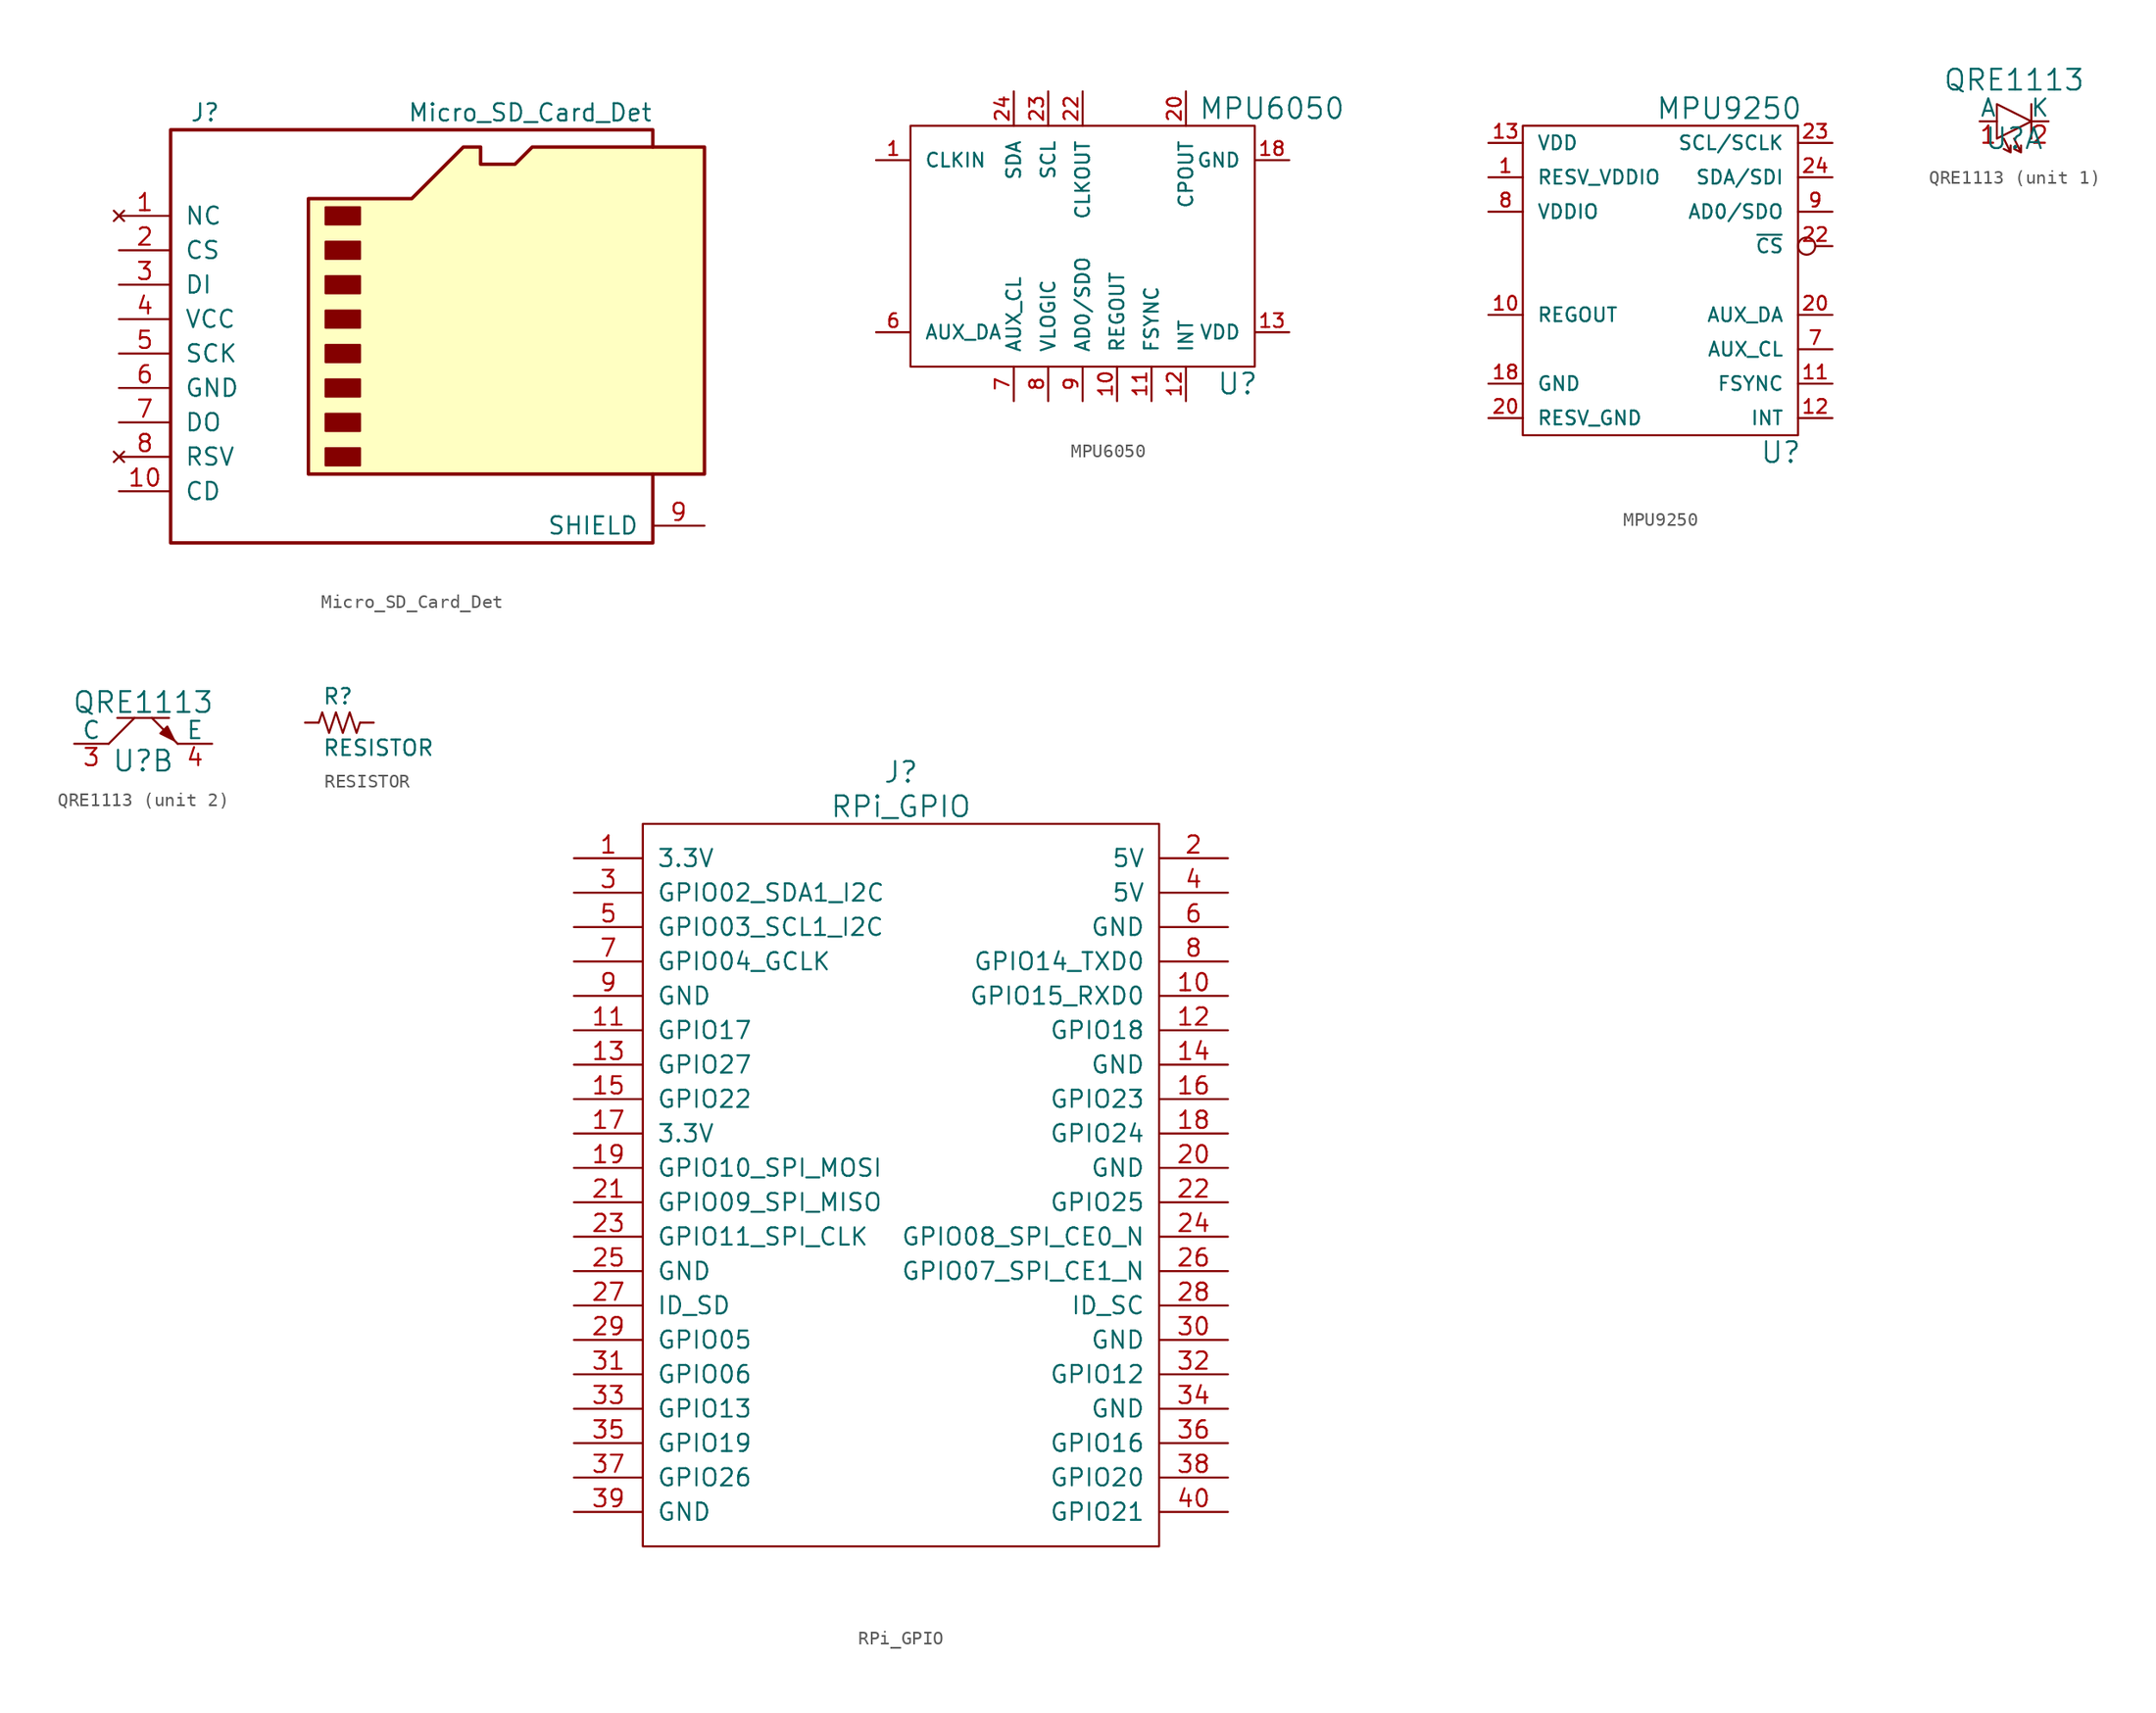
<source format=kicad_sym>
(kicad_symbol_lib
  (version 20211014)
  (generator kicad_symbol_editor)
  (symbol "Micro_SD_Card_Det"
    (pin_names
      (offset 1.016))
    (property "Reference" "J"
      (at -16.51 17.78 0)
      (effects (font (size 1.27 1.27))))
    (property "Value" "Micro_SD_Card_Det"
      (at 16.51 17.78 0)
      (effects (font (size 1.27 1.27)) (justify right)))
    (symbol "Micro_SD_Card_Det_0_1"
      (rectangle (start -7.62 -6.985) (end -5.08 -8.255) (stroke (width 0) (type default) (color 0 0 0 0)) (fill (type outline)))
      (rectangle (start -7.62 -4.445) (end -5.08 -5.715) (stroke (width 0) (type default) (color 0 0 0 0)) (fill (type outline)))
      (rectangle (start -7.62 -1.905) (end -5.08 -3.175) (stroke (width 0) (type default) (color 0 0 0 0)) (fill (type outline)))
      (rectangle (start -7.62 0.635) (end -5.08 -0.635) (stroke (width 0) (type default) (color 0 0 0 0)) (fill (type outline)))
      (rectangle (start -7.62 3.175) (end -5.08 1.905) (stroke (width 0) (type default) (color 0 0 0 0)) (fill (type outline)))
      (rectangle (start -7.62 5.715) (end -5.08 4.445) (stroke (width 0) (type default) (color 0 0 0 0)) (fill (type outline)))
      (rectangle (start -7.62 8.255) (end -5.08 6.985) (stroke (width 0) (type default) (color 0 0 0 0)) (fill (type outline)))
      (rectangle (start -7.62 10.795) (end -5.08 9.525) (stroke (width 0) (type default) (color 0 0 0 0)) (fill (type outline)))
      (polyline (pts (xy 16.51 15.24) (xy 16.51 16.51) (xy -19.05 16.51) (xy -19.05 -13.97) (xy 16.51 -13.97) (xy 16.51 -8.89)) (stroke (width 0.254) (type default) (color 0 0 0 0)) (fill (type none)))
      (polyline (pts (xy -8.89 -8.89) (xy -8.89 11.43) (xy -1.27 11.43) (xy 2.54 15.24) (xy 3.81 15.24) (xy 3.81 13.97) (xy 6.35 13.97) (xy 7.62 15.24) (xy 20.32 15.24) (xy 20.32 -8.89) (xy -8.89 -8.89)) (stroke (width 0.254) (type default) (color 0 0 0 0)) (fill (type background))))
    (symbol "Micro_SD_Card_Det_1_1"
      (pin no_connect line (at -22.86 10.16 0) (length 3.81) (name "NC" (effects (font (size 1.27 1.27)))) (number "1" (effects (font (size 1.27 1.27)))))
      (pin passive line (at -22.86 -10.16 0) (length 3.81) (name "CD" (effects (font (size 1.27 1.27)))) (number "10" (effects (font (size 1.27 1.27)))))
      (pin input line (at -22.86 7.62 0) (length 3.81) (name "CS" (effects (font (size 1.27 1.27)))) (number "2" (effects (font (size 1.27 1.27)))))
      (pin input line (at -22.86 5.08 0) (length 3.81) (name "DI" (effects (font (size 1.27 1.27)))) (number "3" (effects (font (size 1.27 1.27)))))
      (pin power_in line (at -22.86 2.54 0) (length 3.81) (name "VCC" (effects (font (size 1.27 1.27)))) (number "4" (effects (font (size 1.27 1.27)))))
      (pin input line (at -22.86 0 0) (length 3.81) (name "SCK" (effects (font (size 1.27 1.27)))) (number "5" (effects (font (size 1.27 1.27)))))
      (pin power_in line (at -22.86 -2.54 0) (length 3.81) (name "GND" (effects (font (size 1.27 1.27)))) (number "6" (effects (font (size 1.27 1.27)))))
      (pin output line (at -22.86 -5.08 0) (length 3.81) (name "DO" (effects (font (size 1.27 1.27)))) (number "7" (effects (font (size 1.27 1.27)))))
      (pin no_connect line (at -22.86 -7.62 0) (length 3.81) (name "RSV" (effects (font (size 1.27 1.27)))) (number "8" (effects (font (size 1.27 1.27)))))
      (pin passive line (at 20.32 -12.7 180) (length 3.81) (name "SHIELD" (effects (font (size 1.27 1.27)))) (number "9" (effects (font (size 1.27 1.27)))))))
  (symbol "MPU6050"
    (pin_names
      (offset 1.016))
    (property "Reference" "U"
      (at 13.97 -3.81 0)
      (effects (font (size 1.524 1.524))))
    (property "Value" "MPU6050"
      (at 16.51 16.51 0)
      (effects (font (size 1.524 1.524))))
    (symbol "MPU6050_0_1"
      (rectangle (start -10.16 15.24) (end 15.24 -2.54) (stroke (width 0) (type default) (color 0 0 0 0)) (fill (type none))))
    (symbol "MPU6050_1_1"
      (pin input line (at -12.7 12.7 0) (length 2.54) (name "CLKIN" (effects (font (size 1.016 1.016)))) (number "1" (effects (font (size 1.016 1.016)))))
      (pin passive line (at 5.08 -5.08 90) (length 2.54) (name "REGOUT" (effects (font (size 1.016 1.016)))) (number "10" (effects (font (size 1.016 1.016)))))
      (pin input line (at 7.62 -5.08 90) (length 2.54) (name "FSYNC" (effects (font (size 1.016 1.016)))) (number "11" (effects (font (size 1.016 1.016)))))
      (pin output line (at 10.16 -5.08 90) (length 2.54) (name "INT" (effects (font (size 1.016 1.016)))) (number "12" (effects (font (size 1.016 1.016)))))
      (pin power_in line (at 17.78 0 180) (length 2.54) (name "VDD" (effects (font (size 1.016 1.016)))) (number "13" (effects (font (size 1.016 1.016)))))
      (pin power_in line (at 17.78 12.7 180) (length 2.54) (name "GND" (effects (font (size 1.016 1.016)))) (number "18" (effects (font (size 1.016 1.016)))))
      (pin passive line (at 10.16 17.78 270) (length 2.54) (name "CPOUT" (effects (font (size 1.016 1.016)))) (number "20" (effects (font (size 1.016 1.016)))))
      (pin bidirectional line (at 2.54 17.78 270) (length 2.54) (name "CLKOUT" (effects (font (size 1.016 1.016)))) (number "22" (effects (font (size 1.016 1.016)))))
      (pin bidirectional line (at 0 17.78 270) (length 2.54) (name "SCL" (effects (font (size 1.016 1.016)))) (number "23" (effects (font (size 1.016 1.016)))))
      (pin bidirectional line (at -2.54 17.78 270) (length 2.54) (name "SDA" (effects (font (size 1.016 1.016)))) (number "24" (effects (font (size 1.016 1.016)))))
      (pin bidirectional line (at -12.7 0 0) (length 2.54) (name "AUX_DA" (effects (font (size 1.016 1.016)))) (number "6" (effects (font (size 1.016 1.016)))))
      (pin power_in line (at -2.54 -5.08 90) (length 2.54) (name "AUX_CL" (effects (font (size 1.016 1.016)))) (number "7" (effects (font (size 1.016 1.016)))))
      (pin power_in line (at 0 -5.08 90) (length 2.54) (name "VLOGIC" (effects (font (size 1.016 1.016)))) (number "8" (effects (font (size 1.016 1.016)))))
      (pin input line (at 2.54 -5.08 90) (length 2.54) (name "AD0/SDO" (effects (font (size 1.016 1.016)))) (number "9" (effects (font (size 1.016 1.016)))))))
  (symbol "MPU9250"
    (pin_names
      (offset 1.016))
    (property "Reference" "U"
      (at 8.89 -12.7 0)
      (effects (font (size 1.524 1.524))))
    (property "Value" "MPU9250"
      (at 5.08 12.7 0)
      (effects (font (size 1.524 1.524))))
    (symbol "MPU9250_0_1"
      (rectangle (start -10.16 11.43) (end 10.16 -11.43) (stroke (width 0) (type default) (color 0 0 0 0)) (fill (type none))))
    (symbol "MPU9250_1_1"
      (pin power_in line (at -12.7 7.62 0) (length 2.54) (name "RESV_VDDIO" (effects (font (size 1.016 1.016)))) (number "1" (effects (font (size 1.016 1.016)))))
      (pin passive line (at -12.7 -2.54 0) (length 2.54) (name "REGOUT" (effects (font (size 1.016 1.016)))) (number "10" (effects (font (size 1.016 1.016)))))
      (pin input line (at 12.7 -7.62 180) (length 2.54) (name "FSYNC" (effects (font (size 1.016 1.016)))) (number "11" (effects (font (size 1.016 1.016)))))
      (pin output line (at 12.7 -10.16 180) (length 2.54) (name "INT" (effects (font (size 1.016 1.016)))) (number "12" (effects (font (size 1.016 1.016)))))
      (pin power_in line (at -12.7 10.16 0) (length 2.54) (name "VDD" (effects (font (size 1.016 1.016)))) (number "13" (effects (font (size 1.016 1.016)))))
      (pin power_in line (at -12.7 -7.62 0) (length 2.54) (name "GND" (effects (font (size 1.016 1.016)))) (number "18" (effects (font (size 1.016 1.016)))))
      (pin bidirectional line (at 12.7 -2.54 180) (length 2.54) (name "AUX_DA" (effects (font (size 1.016 1.016)))) (number "20" (effects (font (size 1.016 1.016)))))
      (pin power_in line (at -12.7 -10.16 0) (length 2.54) (name "RESV_GND" (effects (font (size 1.016 1.016)))) (number "20" (effects (font (size 1.016 1.016)))))
      (pin bidirectional inverted (at 12.7 2.54 180) (length 2.54) (name "~{CS}" (effects (font (size 1.016 1.016)))) (number "22" (effects (font (size 1.016 1.016)))))
      (pin bidirectional line (at 12.7 10.16 180) (length 2.54) (name "SCL/SCLK" (effects (font (size 1.016 1.016)))) (number "23" (effects (font (size 1.016 1.016)))))
      (pin bidirectional line (at 12.7 7.62 180) (length 2.54) (name "SDA/SDI" (effects (font (size 1.016 1.016)))) (number "24" (effects (font (size 1.016 1.016)))))
      (pin power_in line (at 12.7 -5.08 180) (length 2.54) (name "AUX_CL" (effects (font (size 1.016 1.016)))) (number "7" (effects (font (size 1.016 1.016)))))
      (pin power_in line (at -12.7 5.08 0) (length 2.54) (name "VDDIO" (effects (font (size 1.016 1.016)))) (number "8" (effects (font (size 1.016 1.016)))))
      (pin bidirectional line (at 12.7 5.08 180) (length 2.54) (name "AD0/SDO" (effects (font (size 1.016 1.016)))) (number "9" (effects (font (size 1.016 1.016)))))))
  (symbol "QRE1113"
    (pin_names
      (offset 0))
    (property "Reference" "U"
      (at 0 -1.27 0)
      (effects (font (size 1.524 1.524))))
    (property "Value" "QRE1113"
      (at 0 3.048 0)
      (effects (font (size 1.524 1.524))))
    (property "ki_locked" ""
      (at 0 0 0)
      (effects (font (size 1.27 1.27))))
    (symbol "QRE1113_1_1"
      (polyline (pts (xy 1.27 1.27) (xy 1.27 -1.27)) (stroke (width 0) (type default) (color 0 0 0 0)) (fill (type none)))
      (polyline (pts (xy -1.27 0) (xy -1.27 1.27) (xy 1.27 0) (xy -1.27 -1.27) (xy -1.27 0)) (stroke (width 0) (type default) (color 0 0 0 0)) (fill (type none)))
      (polyline (pts (xy -0.762 -1.27) (xy -0.254 -2.286) (xy -0.254 -1.778) (xy -0.254 -2.286) (xy -0.762 -2.032)) (stroke (width 0) (type default) (color 0 0 0 0)) (fill (type none)))
      (polyline (pts (xy 0 -1.27) (xy 0.508 -2.286) (xy 0.508 -1.778) (xy 0.508 -2.286) (xy 0 -2.032)) (stroke (width 0) (type default) (color 0 0 0 0)) (fill (type none)))
      (pin passive line (at -2.54 0 0) (length 1.27) (name "A" (effects (font (size 1.27 1.27)))) (number "1" (effects (font (size 1.27 1.27)))))
      (pin passive line (at 2.54 0 180) (length 1.27) (name "K" (effects (font (size 1.27 1.27)))) (number "2" (effects (font (size 1.27 1.27))))))
    (symbol "QRE1113_2_1"
      (polyline (pts (xy 0.635 1.905) (xy 2.54 0)) (stroke (width 0) (type default) (color 0 0 0 0)) (fill (type none)))
      (polyline (pts (xy -0.635 1.905) (xy -2.54 0) (xy -2.54 0)) (stroke (width 0) (type default) (color 0 0 0 0)) (fill (type none)))
      (polyline (pts (xy 1.905 1.905) (xy -1.905 1.905) (xy -1.905 1.905)) (stroke (width 0) (type default) (color 0 0 0 0)) (fill (type none)))
      (polyline (pts (xy 1.27 0.762) (xy 1.778 1.27) (xy 2.286 0.254) (xy 1.27 0.762) (xy 1.27 0.762)) (stroke (width 0) (type default) (color 0 0 0 0)) (fill (type outline)))
      (pin passive line (at -5.08 0 0) (length 2.54) (name "C" (effects (font (size 1.27 1.27)))) (number "3" (effects (font (size 1.27 1.27)))))
      (pin passive line (at 5.08 0 180) (length 2.54) (name "E" (effects (font (size 1.27 1.27)))) (number "4" (effects (font (size 1.27 1.27)))))))
  (symbol "RESISTOR"
    (pin_numbers hide)
    (pin_names
      (offset 1.016) hide)
    (property "Reference" "R"
      (at -1.27 1.27 0)
      (effects (font (size 1.143 1.143)) (justify left bottom)))
    (property "Value" "RESISTOR"
      (at -1.27 -2.54 0)
      (effects (font (size 1.143 1.143)) (justify left bottom)))
    (symbol "RESISTOR_0_1"
      (polyline (pts (xy 0 0) (xy -0.254 0.762) (xy -0.762 -0.762) (xy -1.27 0.762) (xy -1.524 0)) (stroke (width 0) (type default) (color 0 0 0 0)) (fill (type none)))
      (polyline (pts (xy 0 0) (xy 0.254 -0.762) (xy 0.762 0.762) (xy 1.27 -0.762) (xy 1.524 0)) (stroke (width 0) (type default) (color 0 0 0 0)) (fill (type none))))
    (symbol "RESISTOR_1_1"
      (pin passive line (at -2.54 0 0) (length 0.991) (name "1" (effects (font (size 1.016 1.016)))) (number "1" (effects (font (size 1.016 1.016)))))
      (pin passive line (at 2.54 0 180) (length 0.991) (name "2" (effects (font (size 1.016 1.016)))) (number "2" (effects (font (size 1.016 1.016)))))))
  (symbol "RPi_GPIO"
    (pin_names
      (offset 1.016))
    (property "Reference" "J"
      (at 19.05 6.35 0)
      (effects (font (size 1.524 1.524))))
    (property "Value" "RPi_GPIO"
      (at 19.05 3.81 0)
      (effects (font (size 1.524 1.524))))
    (property "Footprint" ""
      (at 0 0 0)
      (effects (font (size 1.524 1.524))))
    (property "Datasheet" ""
      (at 0 0 0)
      (effects (font (size 1.524 1.524))))
    (symbol "RPi_GPIO_0_1"
      (rectangle (start 0 2.54) (end 38.1 -50.8) (stroke (width 0) (type default) (color 0 0 0 0)) (fill (type none))))
    (symbol "RPi_GPIO_1_1"
      (pin power_out line (at -5.08 0 0) (length 5.08) (name "3.3V" (effects (font (size 1.27 1.27)))) (number "1" (effects (font (size 1.27 1.27)))))
      (pin bidirectional line (at 43.18 -10.16 180) (length 5.08) (name "GPIO15_RXD0" (effects (font (size 1.27 1.27)))) (number "10" (effects (font (size 1.27 1.27)))))
      (pin bidirectional line (at -5.08 -12.7 0) (length 5.08) (name "GPIO17" (effects (font (size 1.27 1.27)))) (number "11" (effects (font (size 1.27 1.27)))))
      (pin bidirectional line (at 43.18 -12.7 180) (length 5.08) (name "GPIO18" (effects (font (size 1.27 1.27)))) (number "12" (effects (font (size 1.27 1.27)))))
      (pin bidirectional line (at -5.08 -15.24 0) (length 5.08) (name "GPIO27" (effects (font (size 1.27 1.27)))) (number "13" (effects (font (size 1.27 1.27)))))
      (pin power_out line (at 43.18 -15.24 180) (length 5.08) (name "GND" (effects (font (size 1.27 1.27)))) (number "14" (effects (font (size 1.27 1.27)))))
      (pin bidirectional line (at -5.08 -17.78 0) (length 5.08) (name "GPIO22" (effects (font (size 1.27 1.27)))) (number "15" (effects (font (size 1.27 1.27)))))
      (pin bidirectional line (at 43.18 -17.78 180) (length 5.08) (name "GPIO23" (effects (font (size 1.27 1.27)))) (number "16" (effects (font (size 1.27 1.27)))))
      (pin power_out line (at -5.08 -20.32 0) (length 5.08) (name "3.3V" (effects (font (size 1.27 1.27)))) (number "17" (effects (font (size 1.27 1.27)))))
      (pin bidirectional line (at 43.18 -20.32 180) (length 5.08) (name "GPIO24" (effects (font (size 1.27 1.27)))) (number "18" (effects (font (size 1.27 1.27)))))
      (pin bidirectional line (at -5.08 -22.86 0) (length 5.08) (name "GPIO10_SPI_MOSI" (effects (font (size 1.27 1.27)))) (number "19" (effects (font (size 1.27 1.27)))))
      (pin power_out line (at 43.18 0 180) (length 5.08) (name "5V" (effects (font (size 1.27 1.27)))) (number "2" (effects (font (size 1.27 1.27)))))
      (pin power_out line (at 43.18 -22.86 180) (length 5.08) (name "GND" (effects (font (size 1.27 1.27)))) (number "20" (effects (font (size 1.27 1.27)))))
      (pin bidirectional line (at -5.08 -25.4 0) (length 5.08) (name "GPIO09_SPI_MISO" (effects (font (size 1.27 1.27)))) (number "21" (effects (font (size 1.27 1.27)))))
      (pin bidirectional line (at 43.18 -25.4 180) (length 5.08) (name "GPIO25" (effects (font (size 1.27 1.27)))) (number "22" (effects (font (size 1.27 1.27)))))
      (pin bidirectional line (at -5.08 -27.94 0) (length 5.08) (name "GPIO11_SPI_CLK" (effects (font (size 1.27 1.27)))) (number "23" (effects (font (size 1.27 1.27)))))
      (pin bidirectional line (at 43.18 -27.94 180) (length 5.08) (name "GPIO08_SPI_CE0_N" (effects (font (size 1.27 1.27)))) (number "24" (effects (font (size 1.27 1.27)))))
      (pin power_out line (at -5.08 -30.48 0) (length 5.08) (name "GND" (effects (font (size 1.27 1.27)))) (number "25" (effects (font (size 1.27 1.27)))))
      (pin bidirectional line (at 43.18 -30.48 180) (length 5.08) (name "GPIO07_SPI_CE1_N" (effects (font (size 1.27 1.27)))) (number "26" (effects (font (size 1.27 1.27)))))
      (pin bidirectional line (at -5.08 -33.02 0) (length 5.08) (name "ID_SD" (effects (font (size 1.27 1.27)))) (number "27" (effects (font (size 1.27 1.27)))))
      (pin bidirectional line (at 43.18 -33.02 180) (length 5.08) (name "ID_SC" (effects (font (size 1.27 1.27)))) (number "28" (effects (font (size 1.27 1.27)))))
      (pin bidirectional line (at -5.08 -35.56 0) (length 5.08) (name "GPIO05" (effects (font (size 1.27 1.27)))) (number "29" (effects (font (size 1.27 1.27)))))
      (pin bidirectional line (at -5.08 -2.54 0) (length 5.08) (name "GPIO02_SDA1_I2C" (effects (font (size 1.27 1.27)))) (number "3" (effects (font (size 1.27 1.27)))))
      (pin power_out line (at 43.18 -35.56 180) (length 5.08) (name "GND" (effects (font (size 1.27 1.27)))) (number "30" (effects (font (size 1.27 1.27)))))
      (pin bidirectional line (at -5.08 -38.1 0) (length 5.08) (name "GPIO06" (effects (font (size 1.27 1.27)))) (number "31" (effects (font (size 1.27 1.27)))))
      (pin bidirectional line (at 43.18 -38.1 180) (length 5.08) (name "GPIO12" (effects (font (size 1.27 1.27)))) (number "32" (effects (font (size 1.27 1.27)))))
      (pin bidirectional line (at -5.08 -40.64 0) (length 5.08) (name "GPIO13" (effects (font (size 1.27 1.27)))) (number "33" (effects (font (size 1.27 1.27)))))
      (pin power_out line (at 43.18 -40.64 180) (length 5.08) (name "GND" (effects (font (size 1.27 1.27)))) (number "34" (effects (font (size 1.27 1.27)))))
      (pin bidirectional line (at -5.08 -43.18 0) (length 5.08) (name "GPIO19" (effects (font (size 1.27 1.27)))) (number "35" (effects (font (size 1.27 1.27)))))
      (pin bidirectional line (at 43.18 -43.18 180) (length 5.08) (name "GPIO16" (effects (font (size 1.27 1.27)))) (number "36" (effects (font (size 1.27 1.27)))))
      (pin bidirectional line (at -5.08 -45.72 0) (length 5.08) (name "GPIO26" (effects (font (size 1.27 1.27)))) (number "37" (effects (font (size 1.27 1.27)))))
      (pin bidirectional line (at 43.18 -45.72 180) (length 5.08) (name "GPIO20" (effects (font (size 1.27 1.27)))) (number "38" (effects (font (size 1.27 1.27)))))
      (pin power_out line (at -5.08 -48.26 0) (length 5.08) (name "GND" (effects (font (size 1.27 1.27)))) (number "39" (effects (font (size 1.27 1.27)))))
      (pin power_out line (at 43.18 -2.54 180) (length 5.08) (name "5V" (effects (font (size 1.27 1.27)))) (number "4" (effects (font (size 1.27 1.27)))))
      (pin bidirectional line (at 43.18 -48.26 180) (length 5.08) (name "GPIO21" (effects (font (size 1.27 1.27)))) (number "40" (effects (font (size 1.27 1.27)))))
      (pin bidirectional line (at -5.08 -5.08 0) (length 5.08) (name "GPIO03_SCL1_I2C" (effects (font (size 1.27 1.27)))) (number "5" (effects (font (size 1.27 1.27)))))
      (pin power_out line (at 43.18 -5.08 180) (length 5.08) (name "GND" (effects (font (size 1.27 1.27)))) (number "6" (effects (font (size 1.27 1.27)))))
      (pin bidirectional line (at -5.08 -7.62 0) (length 5.08) (name "GPIO04_GCLK" (effects (font (size 1.27 1.27)))) (number "7" (effects (font (size 1.27 1.27)))))
      (pin bidirectional line (at 43.18 -7.62 180) (length 5.08) (name "GPIO14_TXD0" (effects (font (size 1.27 1.27)))) (number "8" (effects (font (size 1.27 1.27)))))
      (pin power_out line (at -5.08 -10.16 0) (length 5.08) (name "GND" (effects (font (size 1.27 1.27)))) (number "9" (effects (font (size 1.27 1.27))))))))
</source>
